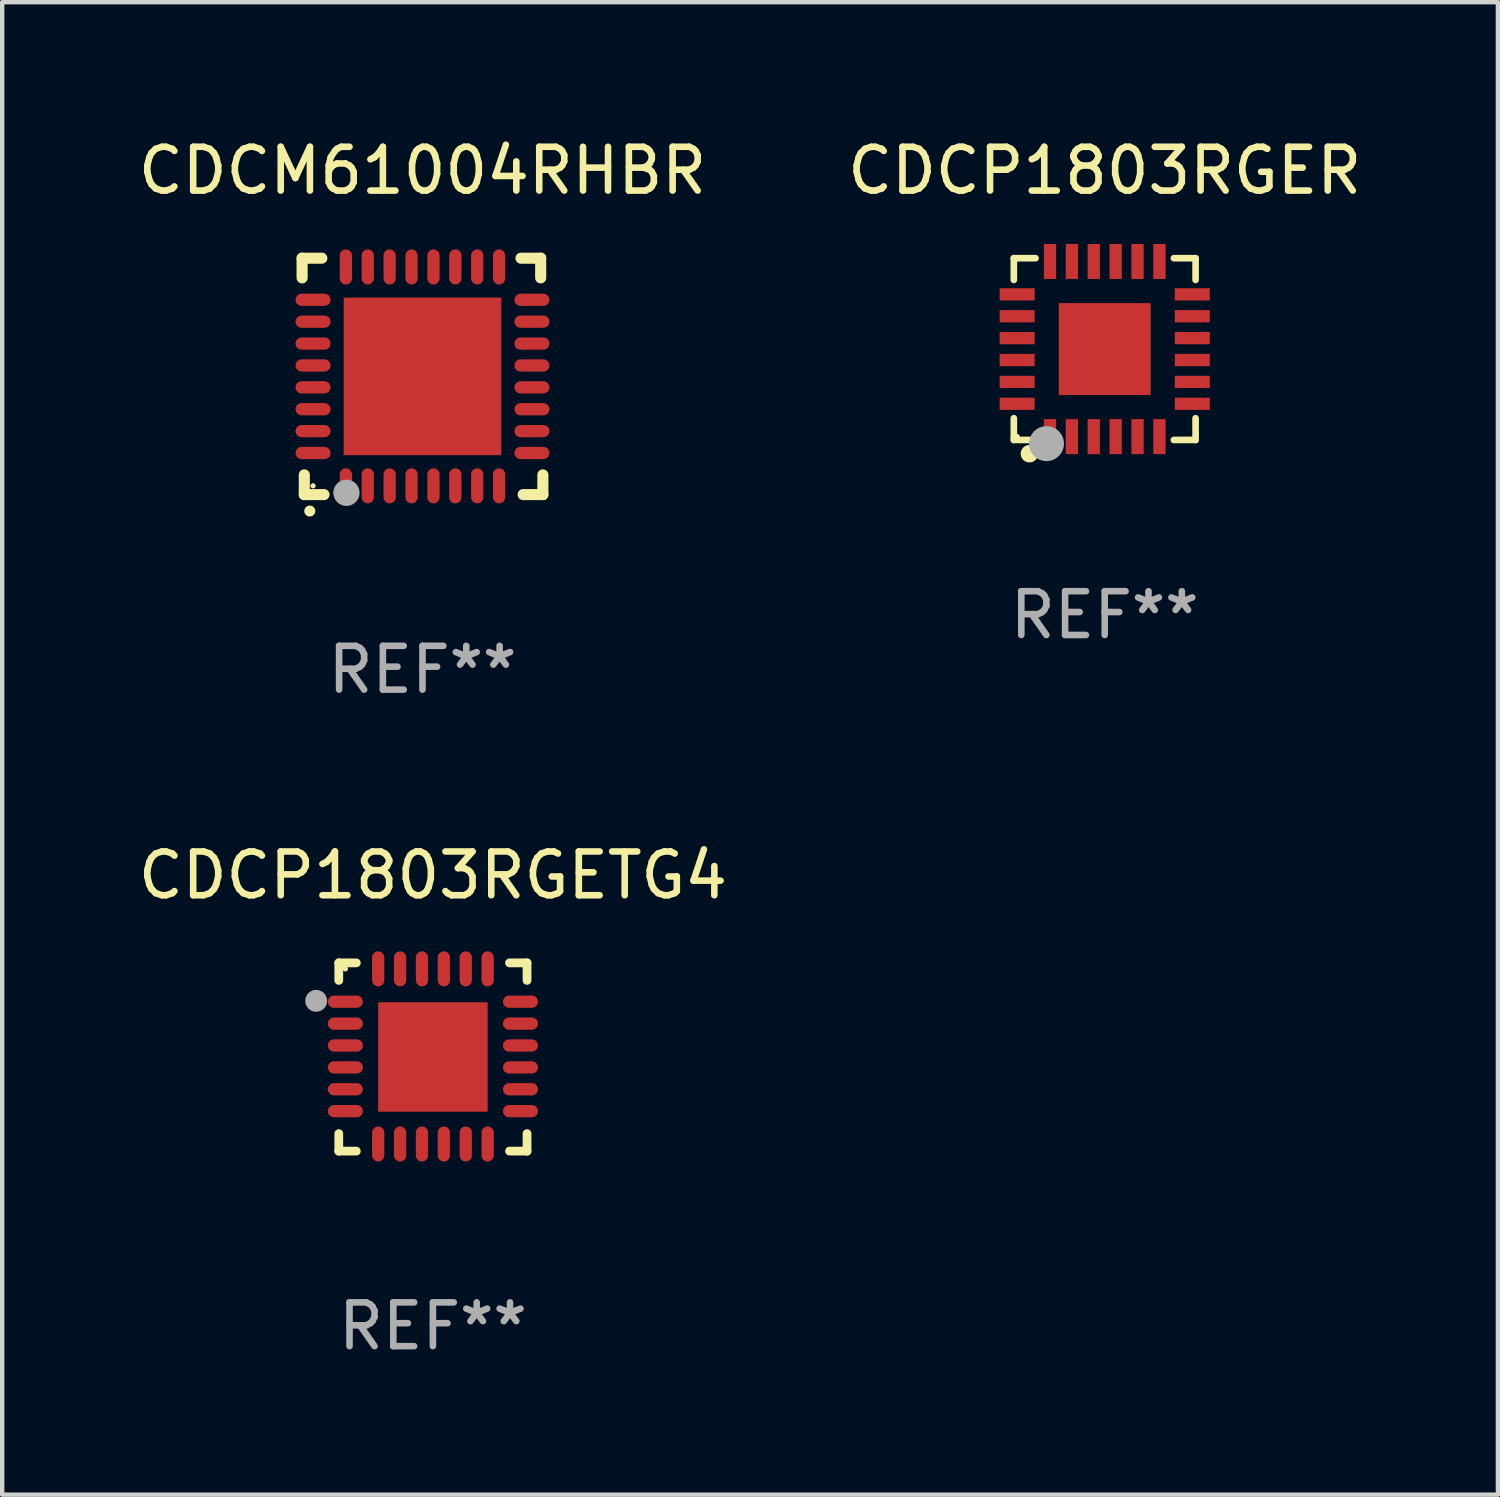
<source format=kicad_pcb>
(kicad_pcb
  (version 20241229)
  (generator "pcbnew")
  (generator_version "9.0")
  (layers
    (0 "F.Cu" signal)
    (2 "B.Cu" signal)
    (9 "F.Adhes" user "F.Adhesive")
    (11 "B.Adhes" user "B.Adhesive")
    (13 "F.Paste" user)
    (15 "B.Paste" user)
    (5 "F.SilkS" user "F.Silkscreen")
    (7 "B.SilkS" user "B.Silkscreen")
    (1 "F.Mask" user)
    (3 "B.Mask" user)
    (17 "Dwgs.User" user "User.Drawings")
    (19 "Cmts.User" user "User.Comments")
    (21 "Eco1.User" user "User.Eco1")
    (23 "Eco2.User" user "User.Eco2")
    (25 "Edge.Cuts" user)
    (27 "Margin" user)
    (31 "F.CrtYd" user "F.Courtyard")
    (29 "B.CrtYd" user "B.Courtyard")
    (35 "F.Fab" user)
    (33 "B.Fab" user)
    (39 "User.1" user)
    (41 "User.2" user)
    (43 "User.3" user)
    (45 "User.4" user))
  (footprint "CDCM61004RHBR"
    (layer "F.Cu")
    (at 6.601 5.548)
    (property "Reference" "CDCM61004RHBR" (at 0 -4.7 0) (layer "F.SilkS") (effects (font (size 1 1) (thickness 0.15))))
    (attr through_hole)
    (fp_line (start -2.75 -2.7) (end -2.75 -2.25) (stroke (width 0.254) (type solid)) (layer "F.SilkS"))
    (fp_line (start -2.7 2.7) (end -2.7 2.25) (stroke (width 0.254) (type solid)) (layer "F.SilkS"))
    (fp_line (start -2.3 -2.7) (end -2.75 -2.7) (stroke (width 0.254) (type solid)) (layer "F.SilkS"))
    (fp_line (start -2.25 2.7) (end -2.7 2.7) (stroke (width 0.254) (type solid)) (layer "F.SilkS"))
    (fp_line (start 2.3 2.7) (end 2.75 2.7) (stroke (width 0.254) (type solid)) (layer "F.SilkS"))
    (fp_line (start 2.7 -2.7) (end 2.25 -2.7) (stroke (width 0.254) (type solid)) (layer "F.SilkS"))
    (fp_line (start 2.7 -2.25) (end 2.7 -2.7) (stroke (width 0.254) (type solid)) (layer "F.SilkS"))
    (fp_line (start 2.75 2.7) (end 2.75 2.25) (stroke (width 0.254) (type solid)) (layer "F.SilkS"))
    (fp_arc (start -2.575565 3.075946) (mid -2.574295 3.07594) (end -2.573025 3.075946) (stroke (width 0.25) (type solid)) (layer "F.SilkS"))
    (fp_circle (center -2.5 2.5) (end -2.47 2.5) (stroke (width 0.06) (type solid)) (fill no) (layer "F.SilkS"))
    (fp_circle (center -1.737 2.659) (end -1.587 2.659) (stroke (width 0.3) (type solid)) (fill no) (layer "F.Fab"))
    (fp_text user "REF**" (at 0 6.7 0) (layer "F.Fab") (effects (font (size 1 1) (thickness 0.15))))
    (pad "1" smd oval (at -1.75 2.5) (size 0.28 0.8) (layers "F.Cu" "F.Mask" "F.Paste"))
    (pad "2" smd oval (at -1.25 2.5) (size 0.28 0.8) (layers "F.Cu" "F.Mask" "F.Paste"))
    (pad "3" smd oval (at -0.75 2.5) (size 0.28 0.8) (layers "F.Cu" "F.Mask" "F.Paste"))
    (pad "4" smd oval (at -0.25 2.5) (size 0.28 0.8) (layers "F.Cu" "F.Mask" "F.Paste"))
    (pad "5" smd oval (at 0.25 2.5) (size 0.28 0.8) (layers "F.Cu" "F.Mask" "F.Paste"))
    (pad "6" smd oval (at 0.75 2.5) (size 0.28 0.8) (layers "F.Cu" "F.Mask" "F.Paste"))
    (pad "7" smd oval (at 1.25 2.5) (size 0.28 0.8) (layers "F.Cu" "F.Mask" "F.Paste"))
    (pad "8" smd oval (at 1.75 2.5) (size 0.28 0.8) (layers "F.Cu" "F.Mask" "F.Paste"))
    (pad "9" smd oval (at 2.5 1.75) (size 0.8 0.28) (layers "F.Cu" "F.Mask" "F.Paste"))
    (pad "10" smd oval (at 2.5 1.25) (size 0.8 0.28) (layers "F.Cu" "F.Mask" "F.Paste"))
    (pad "11" smd oval (at 2.5 0.75) (size 0.8 0.28) (layers "F.Cu" "F.Mask" "F.Paste"))
    (pad "12" smd oval (at 2.5 0.25) (size 0.8 0.28) (layers "F.Cu" "F.Mask" "F.Paste"))
    (pad "13" smd oval (at 2.5 -0.25) (size 0.8 0.28) (layers "F.Cu" "F.Mask" "F.Paste"))
    (pad "14" smd oval (at 2.5 -0.75) (size 0.8 0.28) (layers "F.Cu" "F.Mask" "F.Paste"))
    (pad "15" smd oval (at 2.5 -1.25) (size 0.8 0.28) (layers "F.Cu" "F.Mask" "F.Paste"))
    (pad "16" smd oval (at 2.5 -1.75) (size 0.8 0.28) (layers "F.Cu" "F.Mask" "F.Paste"))
    (pad "17" smd oval (at 1.75 -2.5) (size 0.28 0.8) (layers "F.Cu" "F.Mask" "F.Paste"))
    (pad "18" smd oval (at 1.25 -2.5) (size 0.28 0.8) (layers "F.Cu" "F.Mask" "F.Paste"))
    (pad "19" smd oval (at 0.75 -2.5) (size 0.28 0.8) (layers "F.Cu" "F.Mask" "F.Paste"))
    (pad "20" smd oval (at 0.25 -2.5) (size 0.28 0.8) (layers "F.Cu" "F.Mask" "F.Paste"))
    (pad "21" smd oval (at -0.25 -2.5) (size 0.28 0.8) (layers "F.Cu" "F.Mask" "F.Paste"))
    (pad "22" smd oval (at -0.75 -2.5) (size 0.28 0.8) (layers "F.Cu" "F.Mask" "F.Paste"))
    (pad "23" smd oval (at -1.25 -2.5) (size 0.28 0.8) (layers "F.Cu" "F.Mask" "F.Paste"))
    (pad "24" smd oval (at -1.75 -2.5) (size 0.28 0.8) (layers "F.Cu" "F.Mask" "F.Paste"))
    (pad "25" smd oval (at -2.5 -1.75) (size 0.8 0.28) (layers "F.Cu" "F.Mask" "F.Paste"))
    (pad "26" smd oval (at -2.5 -1.25) (size 0.8 0.28) (layers "F.Cu" "F.Mask" "F.Paste"))
    (pad "27" smd oval (at -2.5 -0.75) (size 0.8 0.28) (layers "F.Cu" "F.Mask" "F.Paste"))
    (pad "28" smd oval (at -2.5 -0.25) (size 0.8 0.28) (layers "F.Cu" "F.Mask" "F.Paste"))
    (pad "29" smd oval (at -2.5 0.25) (size 0.8 0.28) (layers "F.Cu" "F.Mask" "F.Paste"))
    (pad "30" smd oval (at -2.5 0.75) (size 0.8 0.28) (layers "F.Cu" "F.Mask" "F.Paste"))
    (pad "31" smd oval (at -2.5 1.25) (size 0.8 0.28) (layers "F.Cu" "F.Mask" "F.Paste"))
    (pad "32" smd oval (at -2.5 1.75) (size 0.8 0.28) (layers "F.Cu" "F.Mask" "F.Paste"))
    (pad "33" smd rect (at 0.000076 0.000076) (size 3.6 3.6) (layers "F.Cu" "F.Mask" "F.Paste")))
  (footprint "CDCP1803RGER"
    (layer "F.Cu")
    (at 22.185 4.924)
    (property "Reference" "CDCP1803RGER" (at 0 -4.076 0) (layer "F.SilkS") (effects (font (size 1 1) (thickness 0.15))))
    (attr through_hole)
    (fp_line (start -2.076 -2.076) (end -1.58 -2.076) (stroke (width 0.152) (type solid)) (layer "F.SilkS"))
    (fp_line (start -2.076 -1.58) (end -2.076 -2.076) (stroke (width 0.152) (type solid)) (layer "F.SilkS"))
    (fp_line (start -2.076 1.58) (end -2.076 2.076) (stroke (width 0.152) (type solid)) (layer "F.SilkS"))
    (fp_line (start -2.076 2.076) (end -1.58 2.076) (stroke (width 0.152) (type solid)) (layer "F.SilkS"))
    (fp_line (start 2.076 -2.076) (end 1.58 -2.076) (stroke (width 0.152) (type solid)) (layer "F.SilkS"))
    (fp_line (start 2.076 -1.58) (end 2.076 -2.076) (stroke (width 0.152) (type solid)) (layer "F.SilkS"))
    (fp_line (start 2.076 1.58) (end 2.076 2.076) (stroke (width 0.152) (type solid)) (layer "F.SilkS"))
    (fp_line (start 2.076 2.076) (end 1.58 2.076) (stroke (width 0.152) (type solid)) (layer "F.SilkS"))
    (fp_circle (center -2 2) (end -1.97 2) (stroke (width 0.06) (type solid)) (fill no) (layer "F.SilkS"))
    (fp_circle (center -1.72 2.39) (end -1.62 2.39) (stroke (width 0.2) (type solid)) (fill no) (layer "F.SilkS"))
    (fp_circle (center -1.33 2.16) (end -1.13 2.16) (stroke (width 0.4) (type solid)) (fill no) (layer "F.Fab"))
    (fp_text user "REF**" (at 0 6.076 0) (layer "F.Fab") (effects (font (size 1 1) (thickness 0.15))))
    (pad "1" smd rect (at -1.25 2) (size 0.28 0.8) (layers "F.Cu" "F.Mask" "F.Paste"))
    (pad "2" smd rect (at -0.75 2) (size 0.28 0.8) (layers "F.Cu" "F.Mask" "F.Paste"))
    (pad "3" smd rect (at -0.25 2) (size 0.28 0.8) (layers "F.Cu" "F.Mask" "F.Paste"))
    (pad "4" smd rect (at 0.25 2) (size 0.28 0.8) (layers "F.Cu" "F.Mask" "F.Paste"))
    (pad "5" smd rect (at 0.75 2) (size 0.28 0.8) (layers "F.Cu" "F.Mask" "F.Paste"))
    (pad "6" smd rect (at 1.25 2) (size 0.28 0.8) (layers "F.Cu" "F.Mask" "F.Paste"))
    (pad "7" smd rect (at 2 1.25) (size 0.8 0.28) (layers "F.Cu" "F.Mask" "F.Paste"))
    (pad "8" smd rect (at 2 0.75) (size 0.8 0.28) (layers "F.Cu" "F.Mask" "F.Paste"))
    (pad "9" smd rect (at 2 0.25) (size 0.8 0.28) (layers "F.Cu" "F.Mask" "F.Paste"))
    (pad "10" smd rect (at 2 -0.25) (size 0.8 0.28) (layers "F.Cu" "F.Mask" "F.Paste"))
    (pad "11" smd rect (at 2 -0.75) (size 0.8 0.28) (layers "F.Cu" "F.Mask" "F.Paste"))
    (pad "12" smd rect (at 2 -1.25) (size 0.8 0.28) (layers "F.Cu" "F.Mask" "F.Paste"))
    (pad "13" smd rect (at 1.25 -2) (size 0.28 0.8) (layers "F.Cu" "F.Mask" "F.Paste"))
    (pad "14" smd rect (at 0.75 -2) (size 0.28 0.8) (layers "F.Cu" "F.Mask" "F.Paste"))
    (pad "15" smd rect (at 0.25 -2) (size 0.28 0.8) (layers "F.Cu" "F.Mask" "F.Paste"))
    (pad "16" smd rect (at -0.25 -2) (size 0.28 0.8) (layers "F.Cu" "F.Mask" "F.Paste"))
    (pad "17" smd rect (at -0.75 -2) (size 0.28 0.8) (layers "F.Cu" "F.Mask" "F.Paste"))
    (pad "18" smd rect (at -1.25 -2) (size 0.28 0.8) (layers "F.Cu" "F.Mask" "F.Paste"))
    (pad "19" smd rect (at -2 -1.25) (size 0.8 0.28) (layers "F.Cu" "F.Mask" "F.Paste"))
    (pad "20" smd rect (at -2 -0.75) (size 0.8 0.28) (layers "F.Cu" "F.Mask" "F.Paste"))
    (pad "21" smd rect (at -2 -0.25) (size 0.8 0.28) (layers "F.Cu" "F.Mask" "F.Paste"))
    (pad "22" smd rect (at -2 0.25) (size 0.8 0.28) (layers "F.Cu" "F.Mask" "F.Paste"))
    (pad "23" smd rect (at -2 0.75) (size 0.8 0.28) (layers "F.Cu" "F.Mask" "F.Paste"))
    (pad "24" smd rect (at -2 1.25) (size 0.8 0.28) (layers "F.Cu" "F.Mask" "F.Paste"))
    (pad "25" smd rect (at 0 0) (size 2.1 2.1) (layers "F.Cu" "F.Mask" "F.Paste")))
  (footprint "CDCP1803RGETG4"
    (layer "F.Cu")
    (at 6.839 21.095)
    (property "Reference" "CDCP1803RGETG4" (at 0 -4.15 0) (layer "F.SilkS") (effects (font (size 1 1) (thickness 0.15))))
    (attr through_hole)
    (fp_line (start -2.15 -2.15) (end -1.75 -2.15) (stroke (width 0.2) (type solid)) (layer "F.SilkS"))
    (fp_line (start -2.15 -1.75) (end -2.15 -2.15) (stroke (width 0.2) (type solid)) (layer "F.SilkS"))
    (fp_line (start -2.15 2.15) (end -2.15 1.75) (stroke (width 0.2) (type solid)) (layer "F.SilkS"))
    (fp_line (start -1.75 2.15) (end -2.15 2.15) (stroke (width 0.2) (type solid)) (layer "F.SilkS"))
    (fp_line (start 1.75 -2.15) (end 2.15 -2.15) (stroke (width 0.2) (type solid)) (layer "F.SilkS"))
    (fp_line (start 1.75 2.15) (end 2.15 2.15) (stroke (width 0.2) (type solid)) (layer "F.SilkS"))
    (fp_line (start 2.15 -2.15) (end 2.15 -1.75) (stroke (width 0.2) (type solid)) (layer "F.SilkS"))
    (fp_line (start 2.15 2.15) (end 2.15 1.75) (stroke (width 0.2) (type solid)) (layer "F.SilkS"))
    (fp_circle (center -2 -2.013) (end -1.97 -2.013) (stroke (width 0.06) (type solid)) (fill no) (layer "F.SilkS"))
    (fp_circle (center -2.667 -1.283) (end -2.542 -1.283) (stroke (width 0.25) (type solid)) (fill no) (layer "F.Fab"))
    (fp_text user "REF**" (at 0 6.15 0) (layer "F.Fab") (effects (font (size 1 1) (thickness 0.15))))
    (pad "1" smd oval (at -2 -1.263) (size 0.8 0.28) (layers "F.Cu" "F.Mask" "F.Paste"))
    (pad "2" smd oval (at -2 -0.763) (size 0.8 0.28) (layers "F.Cu" "F.Mask" "F.Paste"))
    (pad "3" smd oval (at -2 -0.263) (size 0.8 0.28) (layers "F.Cu" "F.Mask" "F.Paste"))
    (pad "4" smd oval (at -2 0.237) (size 0.8 0.28) (layers "F.Cu" "F.Mask" "F.Paste"))
    (pad "5" smd oval (at -2 0.737) (size 0.8 0.28) (layers "F.Cu" "F.Mask" "F.Paste"))
    (pad "6" smd oval (at -2 1.237) (size 0.8 0.28) (layers "F.Cu" "F.Mask" "F.Paste"))
    (pad "7" smd oval (at -1.25 1.987) (size 0.28 0.8) (layers "F.Cu" "F.Mask" "F.Paste"))
    (pad "8" smd oval (at -0.75 1.987) (size 0.28 0.8) (layers "F.Cu" "F.Mask" "F.Paste"))
    (pad "9" smd oval (at -0.25 1.987) (size 0.28 0.8) (layers "F.Cu" "F.Mask" "F.Paste"))
    (pad "10" smd oval (at 0.25 1.987) (size 0.28 0.8) (layers "F.Cu" "F.Mask" "F.Paste"))
    (pad "11" smd oval (at 0.75 1.987) (size 0.28 0.8) (layers "F.Cu" "F.Mask" "F.Paste"))
    (pad "12" smd oval (at 1.25 1.987) (size 0.28 0.8) (layers "F.Cu" "F.Mask" "F.Paste"))
    (pad "13" smd oval (at 2 1.237) (size 0.8 0.28) (layers "F.Cu" "F.Mask" "F.Paste"))
    (pad "14" smd oval (at 2 0.737) (size 0.8 0.28) (layers "F.Cu" "F.Mask" "F.Paste"))
    (pad "15" smd oval (at 2 0.237) (size 0.8 0.28) (layers "F.Cu" "F.Mask" "F.Paste"))
    (pad "16" smd oval (at 2 -0.263) (size 0.8 0.28) (layers "F.Cu" "F.Mask" "F.Paste"))
    (pad "17" smd oval (at 2 -0.763) (size 0.8 0.28) (layers "F.Cu" "F.Mask" "F.Paste"))
    (pad "18" smd oval (at 2 -1.263) (size 0.8 0.28) (layers "F.Cu" "F.Mask" "F.Paste"))
    (pad "19" smd oval (at 1.25 -2.013) (size 0.28 0.8) (layers "F.Cu" "F.Mask" "F.Paste"))
    (pad "20" smd oval (at 0.75 -2.013) (size 0.28 0.8) (layers "F.Cu" "F.Mask" "F.Paste"))
    (pad "21" smd oval (at 0.25 -2.013) (size 0.28 0.8) (layers "F.Cu" "F.Mask" "F.Paste"))
    (pad "22" smd oval (at -0.25 -2.013) (size 0.28 0.8) (layers "F.Cu" "F.Mask" "F.Paste"))
    (pad "23" smd oval (at -0.75 -2.013) (size 0.28 0.8) (layers "F.Cu" "F.Mask" "F.Paste"))
    (pad "24" smd oval (at -1.25 -2.013) (size 0.28 0.8) (layers "F.Cu" "F.Mask" "F.Paste"))
    (pad "25" smd rect (at -0.000127 -0.00014) (size 2.5 2.5) (layers "F.Cu" "F.Mask" "F.Paste")))
  (gr_rect
    (start -3 -3)
    (end 31.167 31.093)
    (stroke (width 0.1) (type default))
    (fill no)
    (layer "Edge.Cuts")))
</source>
